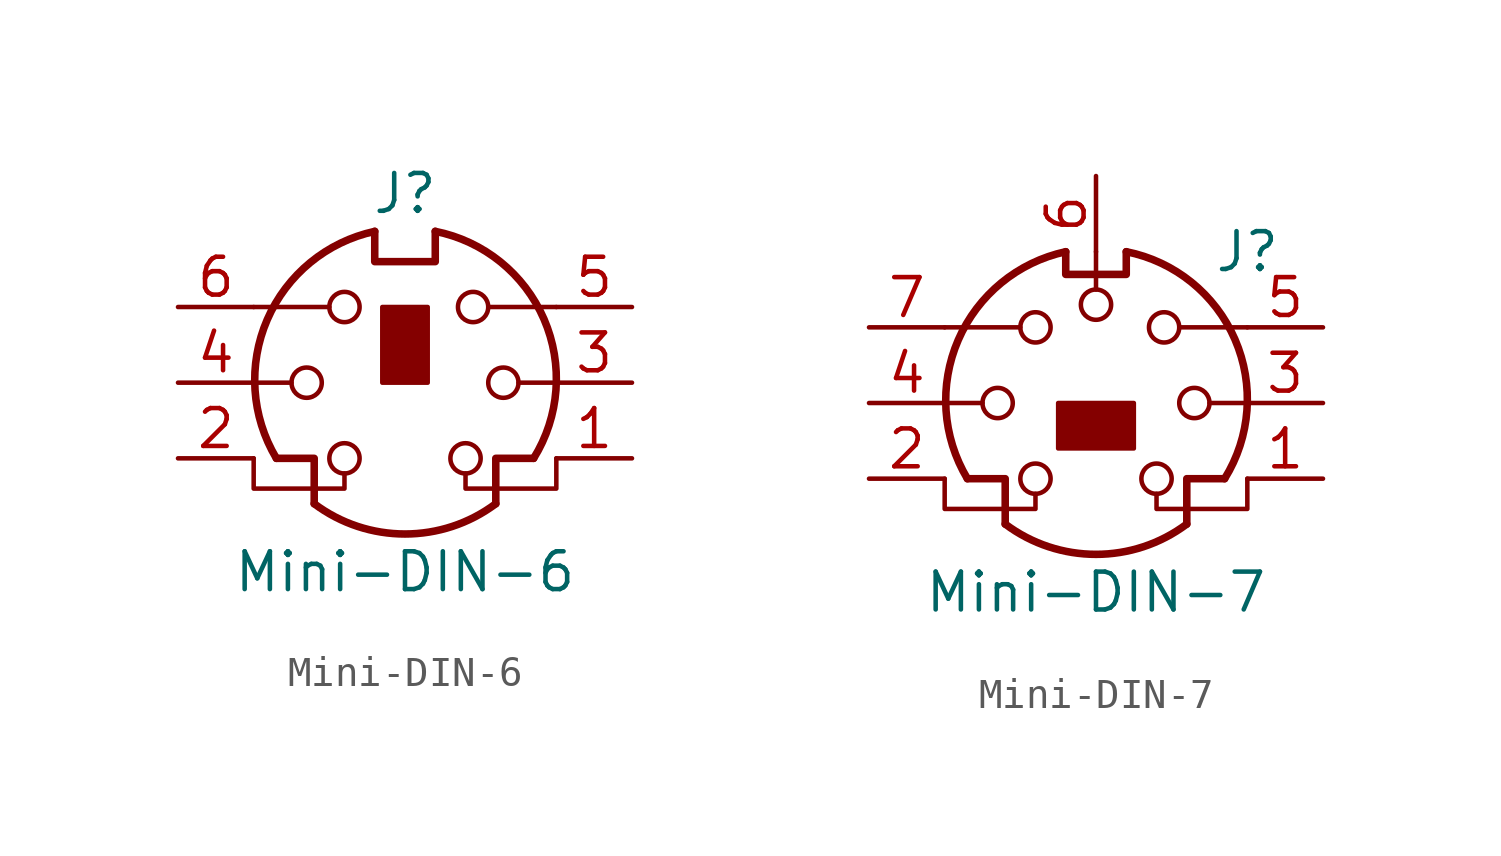
<source format=kicad_sym>
(kicad_symbol_lib
  (version 20211014)
  (generator kicad_symbol_editor)
  (symbol "Mini-DIN-6"
    (pin_names
      (offset 1.016))
    (property "Reference" "J"
      (at 0 6.35 0)
      (effects (font (size 1.27 1.27))))
    (property "Value" "Mini-DIN-6"
      (at 0 -6.35 0)
      (effects (font (size 1.27 1.27))))
    (symbol "Mini-DIN-6_0_1"
      (circle (center -3.302 0) (radius 0.508) (stroke (width 0) (type default) (color 0 0 0 0)) (fill (type none)))
      (arc (start -3.048 -4.064) (mid 0 -5.08) (end 3.048 -4.064) (stroke (width 0.254) (type default) (color 0 0 0 0)) (fill (type none)))
      (circle (center -2.032 -2.54) (radius 0.508) (stroke (width 0) (type default) (color 0 0 0 0)) (fill (type none)))
      (circle (center -2.032 2.54) (radius 0.508) (stroke (width 0) (type default) (color 0 0 0 0)) (fill (type none)))
      (arc (start -1.016 5.08) (mid -4.6243 2.1182) (end -4.318 -2.54) (stroke (width 0.254) (type default) (color 0 0 0 0)) (fill (type none)))
      (rectangle (start -0.762 2.54) (end 0.762 0) (stroke (width 0) (type default) (color 0 0 0 0)) (fill (type outline)))
      (polyline (pts (xy -3.81 0) (xy -5.08 0)) (stroke (width 0) (type default) (color 0 0 0 0)) (fill (type none)))
      (polyline (pts (xy -2.54 2.54) (xy -5.08 2.54)) (stroke (width 0) (type default) (color 0 0 0 0)) (fill (type none)))
      (polyline (pts (xy 2.794 2.54) (xy 5.08 2.54)) (stroke (width 0) (type default) (color 0 0 0 0)) (fill (type none)))
      (polyline (pts (xy 5.08 0) (xy 3.81 0)) (stroke (width 0) (type default) (color 0 0 0 0)) (fill (type none)))
      (polyline (pts (xy -4.318 -2.54) (xy -3.048 -2.54) (xy -3.048 -4.064)) (stroke (width 0.254) (type default) (color 0 0 0 0)) (fill (type none)))
      (polyline (pts (xy 4.318 -2.54) (xy 3.048 -2.54) (xy 3.048 -4.064)) (stroke (width 0.254) (type default) (color 0 0 0 0)) (fill (type none)))
      (polyline (pts (xy -2.032 -3.048) (xy -2.032 -3.556) (xy -5.08 -3.556) (xy -5.08 -2.54)) (stroke (width 0) (type default) (color 0 0 0 0)) (fill (type none)))
      (polyline (pts (xy -1.016 5.08) (xy -1.016 4.064) (xy 1.016 4.064) (xy 1.016 5.08)) (stroke (width 0.254) (type default) (color 0 0 0 0)) (fill (type none)))
      (polyline (pts (xy 2.032 -3.048) (xy 2.032 -3.556) (xy 5.08 -3.556) (xy 5.08 -2.54)) (stroke (width 0) (type default) (color 0 0 0 0)) (fill (type none)))
      (circle (center 2.032 -2.54) (radius 0.508) (stroke (width 0) (type default) (color 0 0 0 0)) (fill (type none)))
      (circle (center 2.286 2.54) (radius 0.508) (stroke (width 0) (type default) (color 0 0 0 0)) (fill (type none)))
      (circle (center 3.302 0) (radius 0.508) (stroke (width 0) (type default) (color 0 0 0 0)) (fill (type none)))
      (arc (start 4.318 -2.54) (mid 4.6646 2.1357) (end 1.016 5.08) (stroke (width 0.254) (type default) (color 0 0 0 0)) (fill (type none))))
    (symbol "Mini-DIN-6_1_1"
      (pin passive line (at 7.62 -2.54 180) (length 2.54) (name "~" (effects (font (size 1.27 1.27)))) (number "1" (effects (font (size 1.27 1.27)))))
      (pin passive line (at -7.62 -2.54 0) (length 2.54) (name "~" (effects (font (size 1.27 1.27)))) (number "2" (effects (font (size 1.27 1.27)))))
      (pin passive line (at 7.62 0 180) (length 2.54) (name "~" (effects (font (size 1.27 1.27)))) (number "3" (effects (font (size 1.27 1.27)))))
      (pin passive line (at -7.62 0 0) (length 2.54) (name "~" (effects (font (size 1.27 1.27)))) (number "4" (effects (font (size 1.27 1.27)))))
      (pin passive line (at 7.62 2.54 180) (length 2.54) (name "~" (effects (font (size 1.27 1.27)))) (number "5" (effects (font (size 1.27 1.27)))))
      (pin passive line (at -7.62 2.54 0) (length 2.54) (name "~" (effects (font (size 1.27 1.27)))) (number "6" (effects (font (size 1.27 1.27)))))))
  (symbol "Mini-DIN-7"
    (pin_names
      (offset 1.016))
    (property "Reference" "J"
      (at 5.08 5.08 0)
      (effects (font (size 1.27 1.27))))
    (property "Value" "Mini-DIN-7"
      (at 0 -6.35 0)
      (effects (font (size 1.27 1.27))))
    (symbol "Mini-DIN-7_0_1"
      (circle (center -3.302 0) (radius 0.508) (stroke (width 0) (type default) (color 0 0 0 0)) (fill (type none)))
      (arc (start -3.048 -4.064) (mid 0 -5.08) (end 3.048 -4.064) (stroke (width 0.254) (type default) (color 0 0 0 0)) (fill (type none)))
      (circle (center -2.032 -2.54) (radius 0.508) (stroke (width 0) (type default) (color 0 0 0 0)) (fill (type none)))
      (circle (center -2.032 2.54) (radius 0.508) (stroke (width 0) (type default) (color 0 0 0 0)) (fill (type none)))
      (arc (start -1.016 5.08) (mid -4.6243 2.1182) (end -4.318 -2.54) (stroke (width 0.254) (type default) (color 0 0 0 0)) (fill (type none)))
      (polyline (pts (xy -3.81 0) (xy -5.08 0)) (stroke (width 0) (type default) (color 0 0 0 0)) (fill (type none)))
      (polyline (pts (xy -2.54 2.54) (xy -5.08 2.54)) (stroke (width 0) (type default) (color 0 0 0 0)) (fill (type none)))
      (polyline (pts (xy 0 3.81) (xy 0 5.08)) (stroke (width 0) (type default) (color 0 0 0 0)) (fill (type none)))
      (polyline (pts (xy 2.794 2.54) (xy 5.08 2.54)) (stroke (width 0) (type default) (color 0 0 0 0)) (fill (type none)))
      (polyline (pts (xy 5.08 0) (xy 3.81 0)) (stroke (width 0) (type default) (color 0 0 0 0)) (fill (type none)))
      (polyline (pts (xy -4.318 -2.54) (xy -3.048 -2.54) (xy -3.048 -4.064)) (stroke (width 0.254) (type default) (color 0 0 0 0)) (fill (type none)))
      (polyline (pts (xy 4.318 -2.54) (xy 3.048 -2.54) (xy 3.048 -4.064)) (stroke (width 0.254) (type default) (color 0 0 0 0)) (fill (type none)))
      (polyline (pts (xy -2.032 -3.048) (xy -2.032 -3.556) (xy -5.08 -3.556) (xy -5.08 -2.54)) (stroke (width 0) (type default) (color 0 0 0 0)) (fill (type none)))
      (polyline (pts (xy -1.016 5.08) (xy -1.016 4.318) (xy 1.016 4.318) (xy 1.016 5.08)) (stroke (width 0.254) (type default) (color 0 0 0 0)) (fill (type none)))
      (polyline (pts (xy 2.032 -3.048) (xy 2.032 -3.556) (xy 5.08 -3.556) (xy 5.08 -2.54)) (stroke (width 0) (type default) (color 0 0 0 0)) (fill (type none)))
      (circle (center 0 3.302) (radius 0.508) (stroke (width 0) (type default) (color 0 0 0 0)) (fill (type none)))
      (circle (center 2.032 -2.54) (radius 0.508) (stroke (width 0) (type default) (color 0 0 0 0)) (fill (type none)))
      (circle (center 2.286 2.54) (radius 0.508) (stroke (width 0) (type default) (color 0 0 0 0)) (fill (type none)))
      (circle (center 3.302 0) (radius 0.508) (stroke (width 0) (type default) (color 0 0 0 0)) (fill (type none)))
      (arc (start 4.318 -2.54) (mid 4.6646 2.1357) (end 1.016 5.08) (stroke (width 0.254) (type default) (color 0 0 0 0)) (fill (type none))))
    (symbol "Mini-DIN-7_1_1"
      (rectangle (start -1.27 -1.524) (end 1.27 0) (stroke (width 0) (type default) (color 0 0 0 0)) (fill (type outline)))
      (pin passive line (at 7.62 -2.54 180) (length 2.54) (name "~" (effects (font (size 1.27 1.27)))) (number "1" (effects (font (size 1.27 1.27)))))
      (pin passive line (at -7.62 -2.54 0) (length 2.54) (name "~" (effects (font (size 1.27 1.27)))) (number "2" (effects (font (size 1.27 1.27)))))
      (pin passive line (at 7.62 0 180) (length 2.54) (name "~" (effects (font (size 1.27 1.27)))) (number "3" (effects (font (size 1.27 1.27)))))
      (pin passive line (at -7.62 0 0) (length 2.54) (name "~" (effects (font (size 1.27 1.27)))) (number "4" (effects (font (size 1.27 1.27)))))
      (pin passive line (at 7.62 2.54 180) (length 2.54) (name "~" (effects (font (size 1.27 1.27)))) (number "5" (effects (font (size 1.27 1.27)))))
      (pin passive line (at 0 7.62 270) (length 2.54) (name "~" (effects (font (size 1.27 1.27)))) (number "6" (effects (font (size 1.27 1.27)))))
      (pin passive line (at -7.62 2.54 0) (length 2.54) (name "~" (effects (font (size 1.27 1.27)))) (number "7" (effects (font (size 1.27 1.27))))))))
</source>
